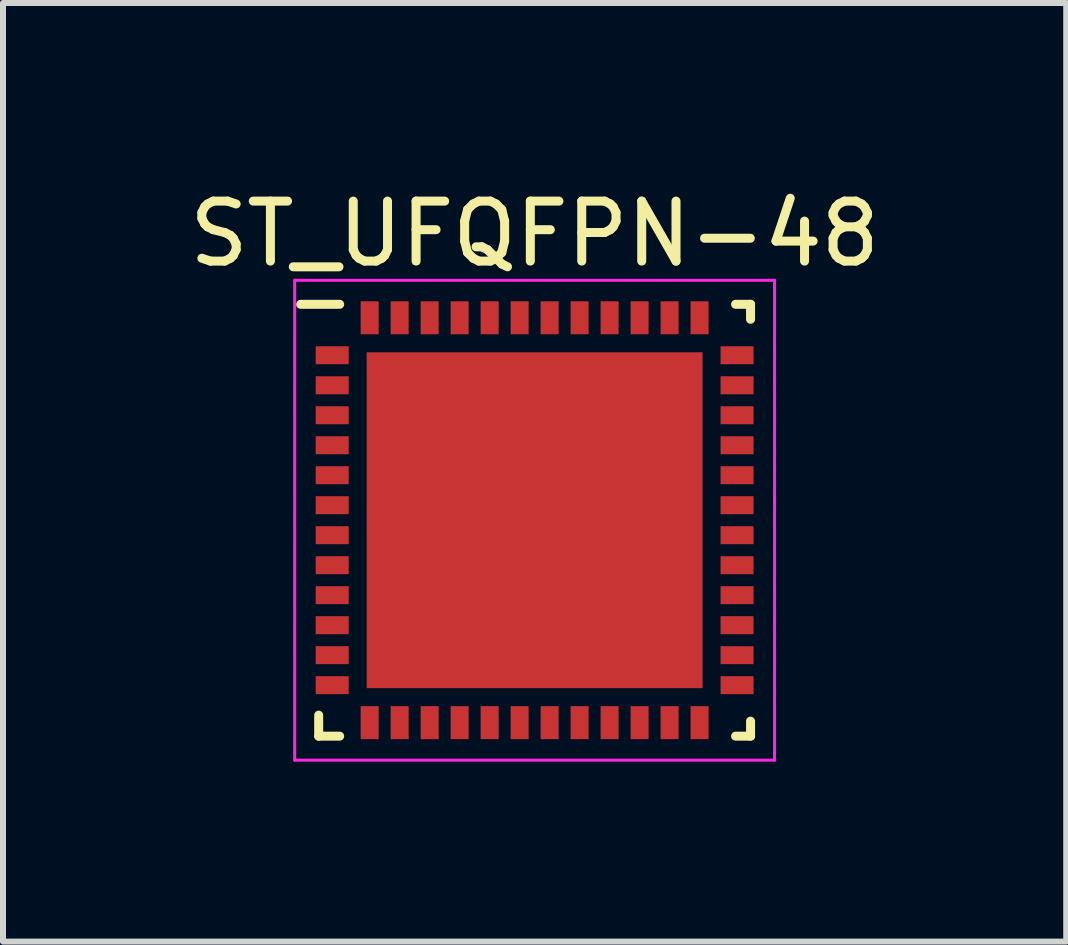
<source format=kicad_pcb>
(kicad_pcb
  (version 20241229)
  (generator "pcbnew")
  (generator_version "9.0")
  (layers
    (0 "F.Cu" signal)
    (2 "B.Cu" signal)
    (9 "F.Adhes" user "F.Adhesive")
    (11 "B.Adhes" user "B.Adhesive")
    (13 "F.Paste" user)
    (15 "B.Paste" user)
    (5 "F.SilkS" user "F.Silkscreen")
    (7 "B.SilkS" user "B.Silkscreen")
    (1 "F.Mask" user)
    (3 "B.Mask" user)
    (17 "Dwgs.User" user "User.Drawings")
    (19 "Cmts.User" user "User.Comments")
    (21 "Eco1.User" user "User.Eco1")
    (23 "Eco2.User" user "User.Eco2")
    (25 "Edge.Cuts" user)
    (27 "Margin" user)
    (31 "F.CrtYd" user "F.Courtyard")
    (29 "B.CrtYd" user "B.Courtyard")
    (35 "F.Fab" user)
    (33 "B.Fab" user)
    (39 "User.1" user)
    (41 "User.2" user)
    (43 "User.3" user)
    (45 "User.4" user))
  (footprint "ST_UFQFPN-48"
    (layer "F.Cu")
    (at 5.863 5.623)
    (property "Reference" "ST_UFQFPN-48" (at 0 -4.775 0) (layer "F.SilkS") (effects (font (size 1 1) (thickness 0.15))))
    (attr smd)
    (fp_line (start -3.9 -3.6) (end -3.25 -3.6) (stroke (width 0.15) (type solid)) (layer "F.SilkS"))
    (fp_line (start -3.6 3.6) (end -3.6 3.25) (stroke (width 0.15) (type solid)) (layer "F.SilkS"))
    (fp_line (start -3.25 3.6) (end -3.6 3.6) (stroke (width 0.15) (type solid)) (layer "F.SilkS"))
    (fp_line (start 3.35 -3.6) (end 3.6 -3.6) (stroke (width 0.15) (type solid)) (layer "F.SilkS"))
    (fp_line (start 3.35 3.6) (end 3.6 3.6) (stroke (width 0.15) (type solid)) (layer "F.SilkS"))
    (fp_line (start 3.6 -3.6) (end 3.6 -3.35) (stroke (width 0.15) (type solid)) (layer "F.SilkS"))
    (fp_line (start 3.6 3.6) (end 3.6 3.35) (stroke (width 0.15) (type solid)) (layer "F.SilkS"))
    (fp_line (start -4 -4) (end 4 -4) (stroke (width 0.05) (type solid)) (layer "F.CrtYd"))
    (fp_line (start -4 4) (end -4 -4) (stroke (width 0.05) (type solid)) (layer "F.CrtYd"))
    (fp_line (start 4 -4) (end 4 4) (stroke (width 0.05) (type solid)) (layer "F.CrtYd"))
    (fp_line (start 4 4) (end -4 4) (stroke (width 0.05) (type solid)) (layer "F.CrtYd"))
    (pad "" smd rect (at -1.4 -1.4) (size 2.4 2.4) (layers "F.Paste"))
    (pad "" smd rect (at -1.4 1.4) (size 2.4 2.4) (layers "F.Paste"))
    (pad "" smd rect (at 1.4 -1.4) (size 2.4 2.4) (layers "F.Paste"))
    (pad "" smd rect (at 1.4 1.4) (size 2.4 2.4) (layers "F.Paste"))
    (pad "1" smd rect (at -3.375 -2.75 90) (size 0.3 0.55) (layers "F.Cu" "F.Mask" "F.Paste"))
    (pad "2" smd rect (at -3.375 -2.25 90) (size 0.3 0.55) (layers "F.Cu" "F.Mask" "F.Paste"))
    (pad "3" smd rect (at -3.375 -1.75 90) (size 0.3 0.55) (layers "F.Cu" "F.Mask" "F.Paste"))
    (pad "4" smd rect (at -3.375 -1.25 90) (size 0.3 0.55) (layers "F.Cu" "F.Mask" "F.Paste"))
    (pad "5" smd rect (at -3.375 -0.75 90) (size 0.3 0.55) (layers "F.Cu" "F.Mask" "F.Paste"))
    (pad "6" smd rect (at -3.375 -0.25 90) (size 0.3 0.55) (layers "F.Cu" "F.Mask" "F.Paste"))
    (pad "7" smd rect (at -3.375 0.25 90) (size 0.3 0.55) (layers "F.Cu" "F.Mask" "F.Paste"))
    (pad "8" smd rect (at -3.375 0.75 90) (size 0.3 0.55) (layers "F.Cu" "F.Mask" "F.Paste"))
    (pad "9" smd rect (at -3.375 1.25 90) (size 0.3 0.55) (layers "F.Cu" "F.Mask" "F.Paste"))
    (pad "10" smd rect (at -3.375 1.75 90) (size 0.3 0.55) (layers "F.Cu" "F.Mask" "F.Paste"))
    (pad "11" smd rect (at -3.375 2.25 90) (size 0.3 0.55) (layers "F.Cu" "F.Mask" "F.Paste"))
    (pad "12" smd rect (at -3.375 2.75 90) (size 0.3 0.55) (layers "F.Cu" "F.Mask" "F.Paste"))
    (pad "13" smd rect (at -2.75 3.375) (size 0.3 0.55) (layers "F.Cu" "F.Mask" "F.Paste"))
    (pad "14" smd rect (at -2.25 3.375) (size 0.3 0.55) (layers "F.Cu" "F.Mask" "F.Paste"))
    (pad "15" smd rect (at -1.75 3.375) (size 0.3 0.55) (layers "F.Cu" "F.Mask" "F.Paste"))
    (pad "16" smd rect (at -1.25 3.375) (size 0.3 0.55) (layers "F.Cu" "F.Mask" "F.Paste"))
    (pad "17" smd rect (at -0.75 3.375) (size 0.3 0.55) (layers "F.Cu" "F.Mask" "F.Paste"))
    (pad "18" smd rect (at -0.25 3.375) (size 0.3 0.55) (layers "F.Cu" "F.Mask" "F.Paste"))
    (pad "19" smd rect (at 0.25 3.375) (size 0.3 0.55) (layers "F.Cu" "F.Mask" "F.Paste"))
    (pad "20" smd rect (at 0.75 3.375) (size 0.3 0.55) (layers "F.Cu" "F.Mask" "F.Paste"))
    (pad "21" smd rect (at 1.25 3.375) (size 0.3 0.55) (layers "F.Cu" "F.Mask" "F.Paste"))
    (pad "22" smd rect (at 1.75 3.375) (size 0.3 0.55) (layers "F.Cu" "F.Mask" "F.Paste"))
    (pad "23" smd rect (at 2.25 3.375) (size 0.3 0.55) (layers "F.Cu" "F.Mask" "F.Paste"))
    (pad "24" smd rect (at 2.75 3.375) (size 0.3 0.55) (layers "F.Cu" "F.Mask" "F.Paste"))
    (pad "25" smd rect (at 3.375 2.75 90) (size 0.3 0.55) (layers "F.Cu" "F.Mask" "F.Paste"))
    (pad "26" smd rect (at 3.375 2.25 90) (size 0.3 0.55) (layers "F.Cu" "F.Mask" "F.Paste"))
    (pad "27" smd rect (at 3.375 1.75 90) (size 0.3 0.55) (layers "F.Cu" "F.Mask" "F.Paste"))
    (pad "28" smd rect (at 3.375 1.25 90) (size 0.3 0.55) (layers "F.Cu" "F.Mask" "F.Paste"))
    (pad "29" smd rect (at 3.375 0.75 90) (size 0.3 0.55) (layers "F.Cu" "F.Mask" "F.Paste"))
    (pad "30" smd rect (at 3.375 0.25 90) (size 0.3 0.55) (layers "F.Cu" "F.Mask" "F.Paste"))
    (pad "31" smd rect (at 3.375 -0.25 90) (size 0.3 0.55) (layers "F.Cu" "F.Mask" "F.Paste"))
    (pad "32" smd rect (at 3.375 -0.75 90) (size 0.3 0.55) (layers "F.Cu" "F.Mask" "F.Paste"))
    (pad "33" smd rect (at 3.375 -1.25 90) (size 0.3 0.55) (layers "F.Cu" "F.Mask" "F.Paste"))
    (pad "34" smd rect (at 3.375 -1.75 90) (size 0.3 0.55) (layers "F.Cu" "F.Mask" "F.Paste"))
    (pad "35" smd rect (at 3.375 -2.25 90) (size 0.3 0.55) (layers "F.Cu" "F.Mask" "F.Paste"))
    (pad "36" smd rect (at 3.375 -2.75 90) (size 0.3 0.55) (layers "F.Cu" "F.Mask" "F.Paste"))
    (pad "37" smd rect (at 2.75 -3.375) (size 0.3 0.55) (layers "F.Cu" "F.Mask" "F.Paste"))
    (pad "38" smd rect (at 2.25 -3.375) (size 0.3 0.55) (layers "F.Cu" "F.Mask" "F.Paste"))
    (pad "39" smd rect (at 1.75 -3.375) (size 0.3 0.55) (layers "F.Cu" "F.Mask" "F.Paste"))
    (pad "40" smd rect (at 1.25 -3.375) (size 0.3 0.55) (layers "F.Cu" "F.Mask" "F.Paste"))
    (pad "41" smd rect (at 0.75 -3.375) (size 0.3 0.55) (layers "F.Cu" "F.Mask" "F.Paste"))
    (pad "42" smd rect (at 0.25 -3.375) (size 0.3 0.55) (layers "F.Cu" "F.Mask" "F.Paste"))
    (pad "43" smd rect (at -0.25 -3.375) (size 0.3 0.55) (layers "F.Cu" "F.Mask" "F.Paste"))
    (pad "44" smd rect (at -0.75 -3.375) (size 0.3 0.55) (layers "F.Cu" "F.Mask" "F.Paste"))
    (pad "45" smd rect (at -1.25 -3.375) (size 0.3 0.55) (layers "F.Cu" "F.Mask" "F.Paste"))
    (pad "46" smd rect (at -1.75 -3.375) (size 0.3 0.55) (layers "F.Cu" "F.Mask" "F.Paste"))
    (pad "47" smd rect (at -2.25 -3.375) (size 0.3 0.55) (layers "F.Cu" "F.Mask" "F.Paste"))
    (pad "48" smd rect (at -2.75 -3.375) (size 0.3 0.55) (layers "F.Cu" "F.Mask" "F.Paste"))
    (pad "49" smd rect (at 0 0) (size 5.6 5.6) (layers "F.Cu" "F.Mask")))
  (gr_rect
    (start -3 -3)
    (end 14.726 12.648)
    (stroke (width 0.1) (type default))
    (fill no)
    (layer "Edge.Cuts")))
</source>
